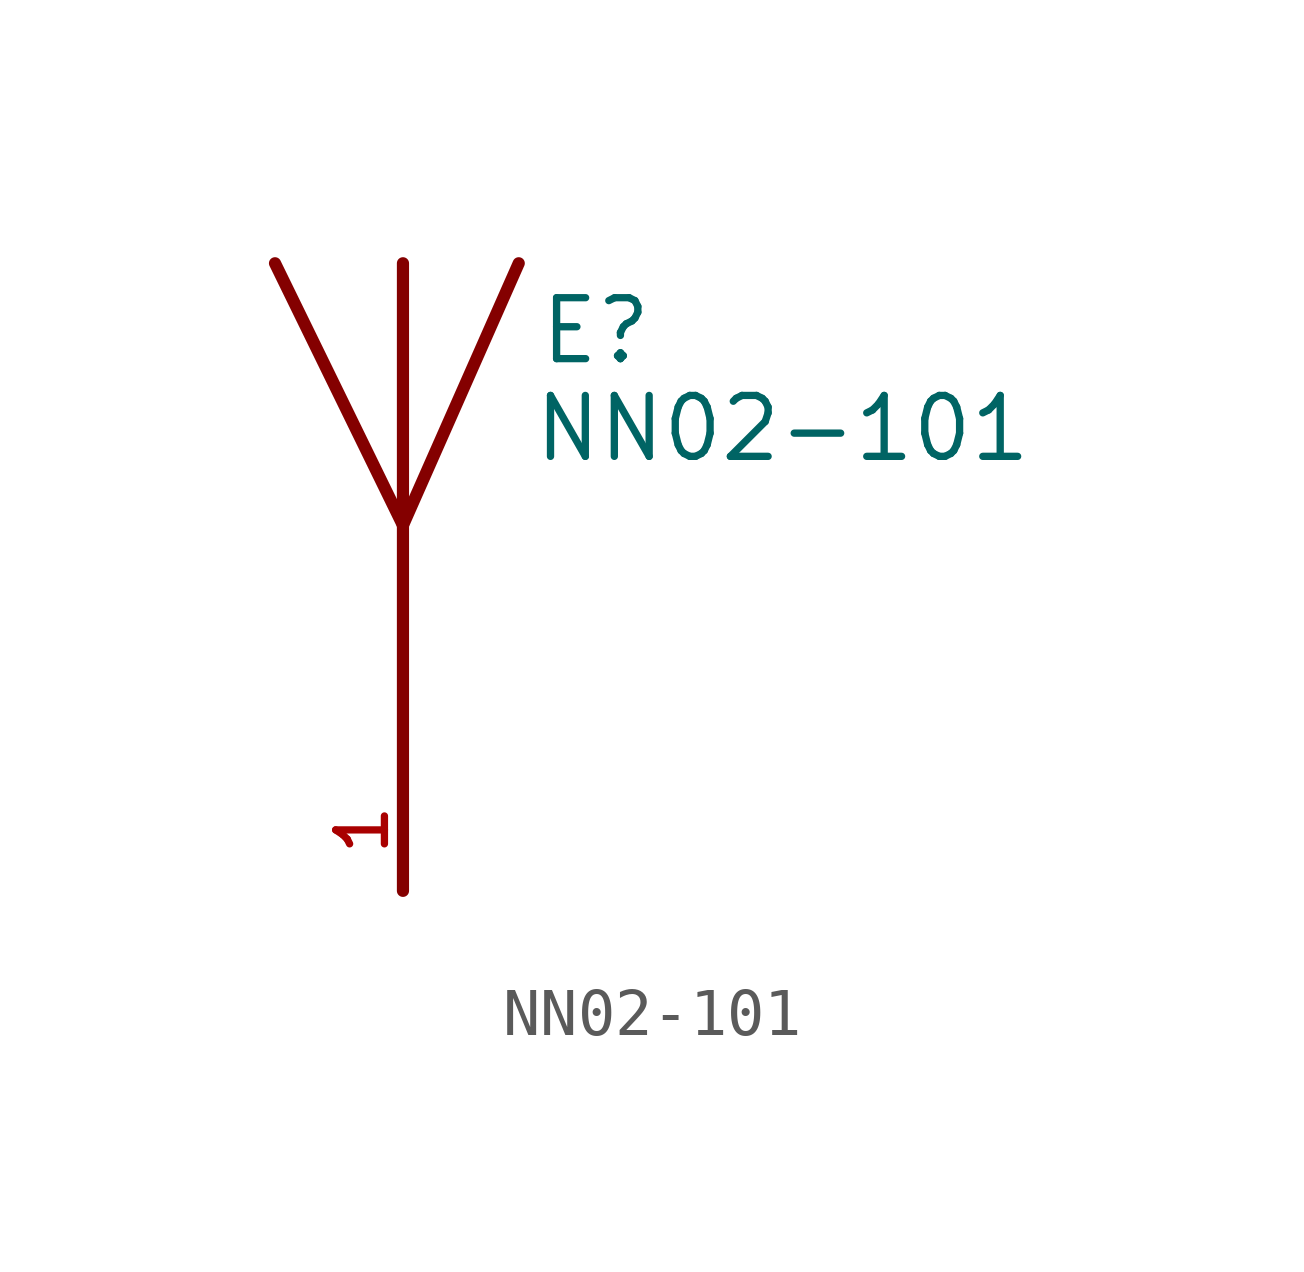
<source format=kicad_sym>
(kicad_symbol_lib
  (version 20220914)
  (generator kicad_symbol_editor)
  (symbol "NN02-101"
    (pin_names
      (offset 1.016))
    (property "Reference" "E"
      (at 2.8 5.85 0)
      (effects (font (size 1.27 1.27)) (justify left bottom)))
    (property "Value" "NN02-101"
      (at 2.673 3.813 0)
      (effects (font (size 1.27 1.27)) (justify left bottom)))
    (symbol "NN02-101_0_0"
      (polyline (pts (xy 0 2.54) (xy -2.667 8.001)) (stroke (width 0.254) (type default)) (fill (type none)))
      (polyline (pts (xy 0 2.54) (xy 0 -5.08)) (stroke (width 0.254) (type default)) (fill (type none)))
      (polyline (pts (xy 0 8.001) (xy 0 2.54)) (stroke (width 0.254) (type default)) (fill (type none)))
      (polyline (pts (xy 2.413 8.001) (xy 0 2.54)) (stroke (width 0.254) (type default)) (fill (type none)))
      (pin input line (at 0 -5.08 90) (length 2.54) (name "~" (effects (font (size 1.016 1.016)))) (number "1" (effects (font (size 1.016 1.016))))))))
</source>
